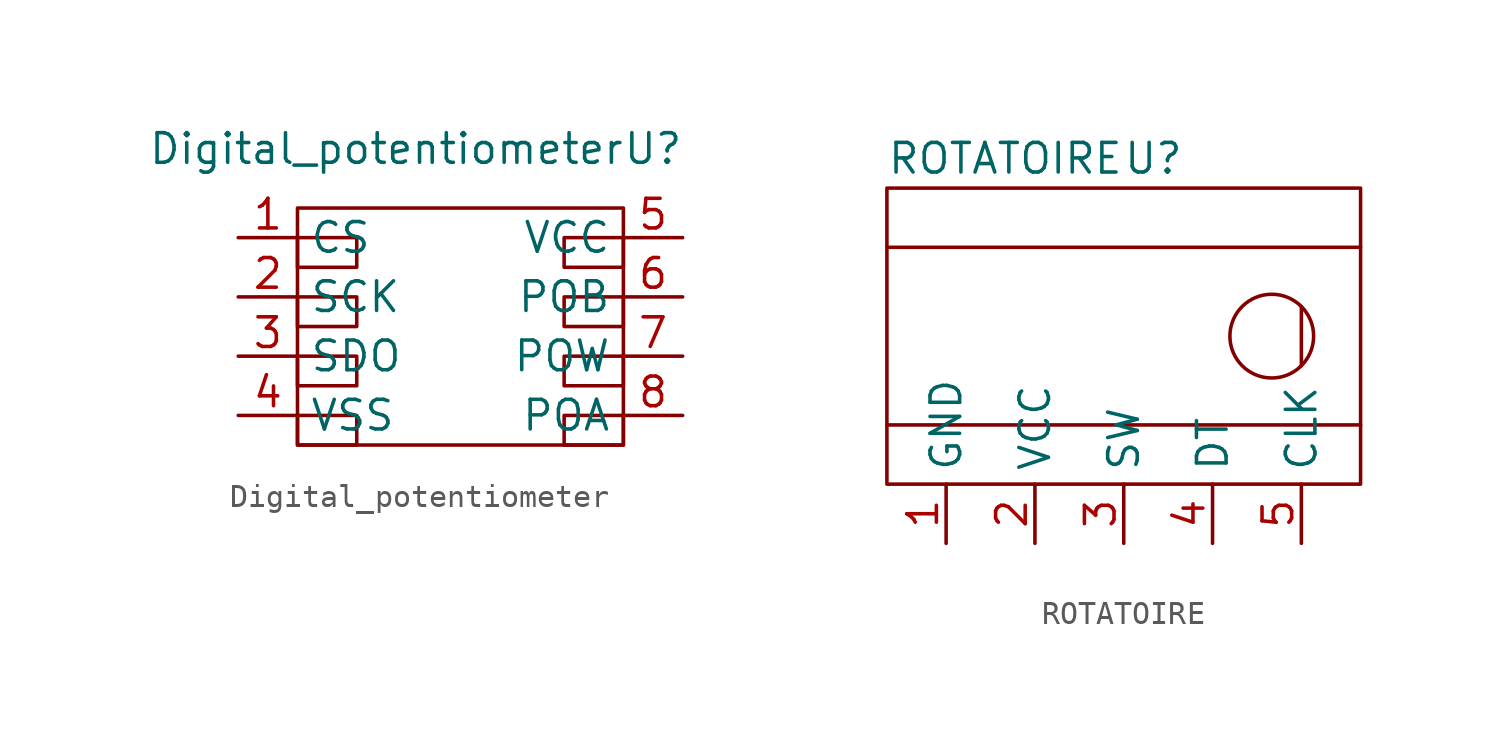
<source format=kicad_sym>
(kicad_symbol_lib
  (version 20211014)
  (generator kicad_symbol_editor)
  (symbol "Digital_potentiometer"
    (property "Reference" "U"
      (at 11.43 2.54 0)
      (effects (font (size 1.27 1.27))))
    (property "Value" "Digital_potentiometer"
      (at 0 2.54 0)
      (effects (font (size 1.27 1.27))))
    (symbol "Digital_potentiometer_0_1"
      (rectangle (start -3.81 -8.89) (end -1.27 -10.16) (stroke (width 0) (type default) (color 0 0 0 0)) (fill (type none)))
      (rectangle (start -3.81 -6.35) (end -1.27 -7.62) (stroke (width 0) (type default) (color 0 0 0 0)) (fill (type none)))
      (rectangle (start -3.81 -3.81) (end -1.27 -5.08) (stroke (width 0) (type default) (color 0 0 0 0)) (fill (type none)))
      (rectangle (start -3.81 -1.27) (end -1.27 -2.54) (stroke (width 0) (type default) (color 0 0 0 0)) (fill (type none)))
      (rectangle (start -3.81 0) (end 10.16 -10.16) (stroke (width 0) (type default) (color 0 0 0 0)) (fill (type none)))
      (rectangle (start 10.16 -8.89) (end 7.62 -10.16) (stroke (width 0) (type default) (color 0 0 0 0)) (fill (type none)))
      (rectangle (start 10.16 -6.35) (end 7.62 -7.62) (stroke (width 0) (type default) (color 0 0 0 0)) (fill (type none)))
      (rectangle (start 10.16 -3.81) (end 7.62 -5.08) (stroke (width 0) (type default) (color 0 0 0 0)) (fill (type none)))
      (rectangle (start 10.16 -1.27) (end 7.62 -2.54) (stroke (width 0) (type default) (color 0 0 0 0)) (fill (type none))))
    (symbol "Digital_potentiometer_1_1"
      (pin bidirectional line (at -6.35 -1.27 0) (length 2.54) (name "CS" (effects (font (size 1.27 1.27)))) (number "1" (effects (font (size 1.27 1.27)))))
      (pin bidirectional line (at -6.35 -3.81 0) (length 2.54) (name "SCK" (effects (font (size 1.27 1.27)))) (number "2" (effects (font (size 1.27 1.27)))))
      (pin bidirectional line (at -6.35 -6.35 0) (length 2.54) (name "SDO" (effects (font (size 1.27 1.27)))) (number "3" (effects (font (size 1.27 1.27)))))
      (pin bidirectional line (at -6.35 -8.89 0) (length 2.54) (name "VSS" (effects (font (size 1.27 1.27)))) (number "4" (effects (font (size 1.27 1.27)))))
      (pin bidirectional line (at 12.7 -1.27 180) (length 2.54) (name "VCC" (effects (font (size 1.27 1.27)))) (number "5" (effects (font (size 1.27 1.27)))))
      (pin bidirectional line (at 12.7 -3.81 180) (length 2.54) (name "POB" (effects (font (size 1.27 1.27)))) (number "6" (effects (font (size 1.27 1.27)))))
      (pin bidirectional line (at 12.7 -6.35 180) (length 2.54) (name "POW" (effects (font (size 1.27 1.27)))) (number "7" (effects (font (size 1.27 1.27)))))
      (pin bidirectional line (at 12.7 -8.89 180) (length 2.54) (name "POA" (effects (font (size 1.27 1.27)))) (number "8" (effects (font (size 1.27 1.27)))))))
  (symbol "ROTATOIRE"
    (property "Reference" "U"
      (at 0 1.27 0)
      (effects (font (size 1.27 1.27))))
    (property "Value" "ROTATOIRE"
      (at -6.35 1.27 0)
      (effects (font (size 1.27 1.27))))
    (symbol "ROTATOIRE_0_1"
      (rectangle (start -11.43 0) (end 8.89 -12.7) (stroke (width 0) (type default) (color 0 0 0 0)) (fill (type none)))
      (polyline (pts (xy -11.43 -10.16) (xy 8.89 -10.16)) (stroke (width 0) (type default) (color 0 0 0 0)) (fill (type none)))
      (polyline (pts (xy -11.43 -2.54) (xy 8.89 -2.54)) (stroke (width 0) (type default) (color 0 0 0 0)) (fill (type none)))
      (polyline (pts (xy 6.35 -5.08) (xy 6.35 -7.62)) (stroke (width 0) (type default) (color 0 0 0 0)) (fill (type none)))
      (circle (center 5.08 -6.35) (radius 1.796) (stroke (width 0) (type default) (color 0 0 0 0)) (fill (type none))))
    (symbol "ROTATOIRE_1_1"
      (pin bidirectional line (at -8.89 -15.24 90) (length 2.54) (name "GND" (effects (font (size 1.27 1.27)))) (number "1" (effects (font (size 1.27 1.27)))))
      (pin bidirectional line (at -5.08 -15.24 90) (length 2.54) (name "VCC" (effects (font (size 1.27 1.27)))) (number "2" (effects (font (size 1.27 1.27)))))
      (pin bidirectional line (at -1.27 -15.24 90) (length 2.54) (name "SW" (effects (font (size 1.27 1.27)))) (number "3" (effects (font (size 1.27 1.27)))))
      (pin bidirectional line (at 2.54 -15.24 90) (length 2.54) (name "DT" (effects (font (size 1.27 1.27)))) (number "4" (effects (font (size 1.27 1.27)))))
      (pin bidirectional line (at 6.35 -15.24 90) (length 2.54) (name "CLK" (effects (font (size 1.27 1.27)))) (number "5" (effects (font (size 1.27 1.27))))))))
</source>
